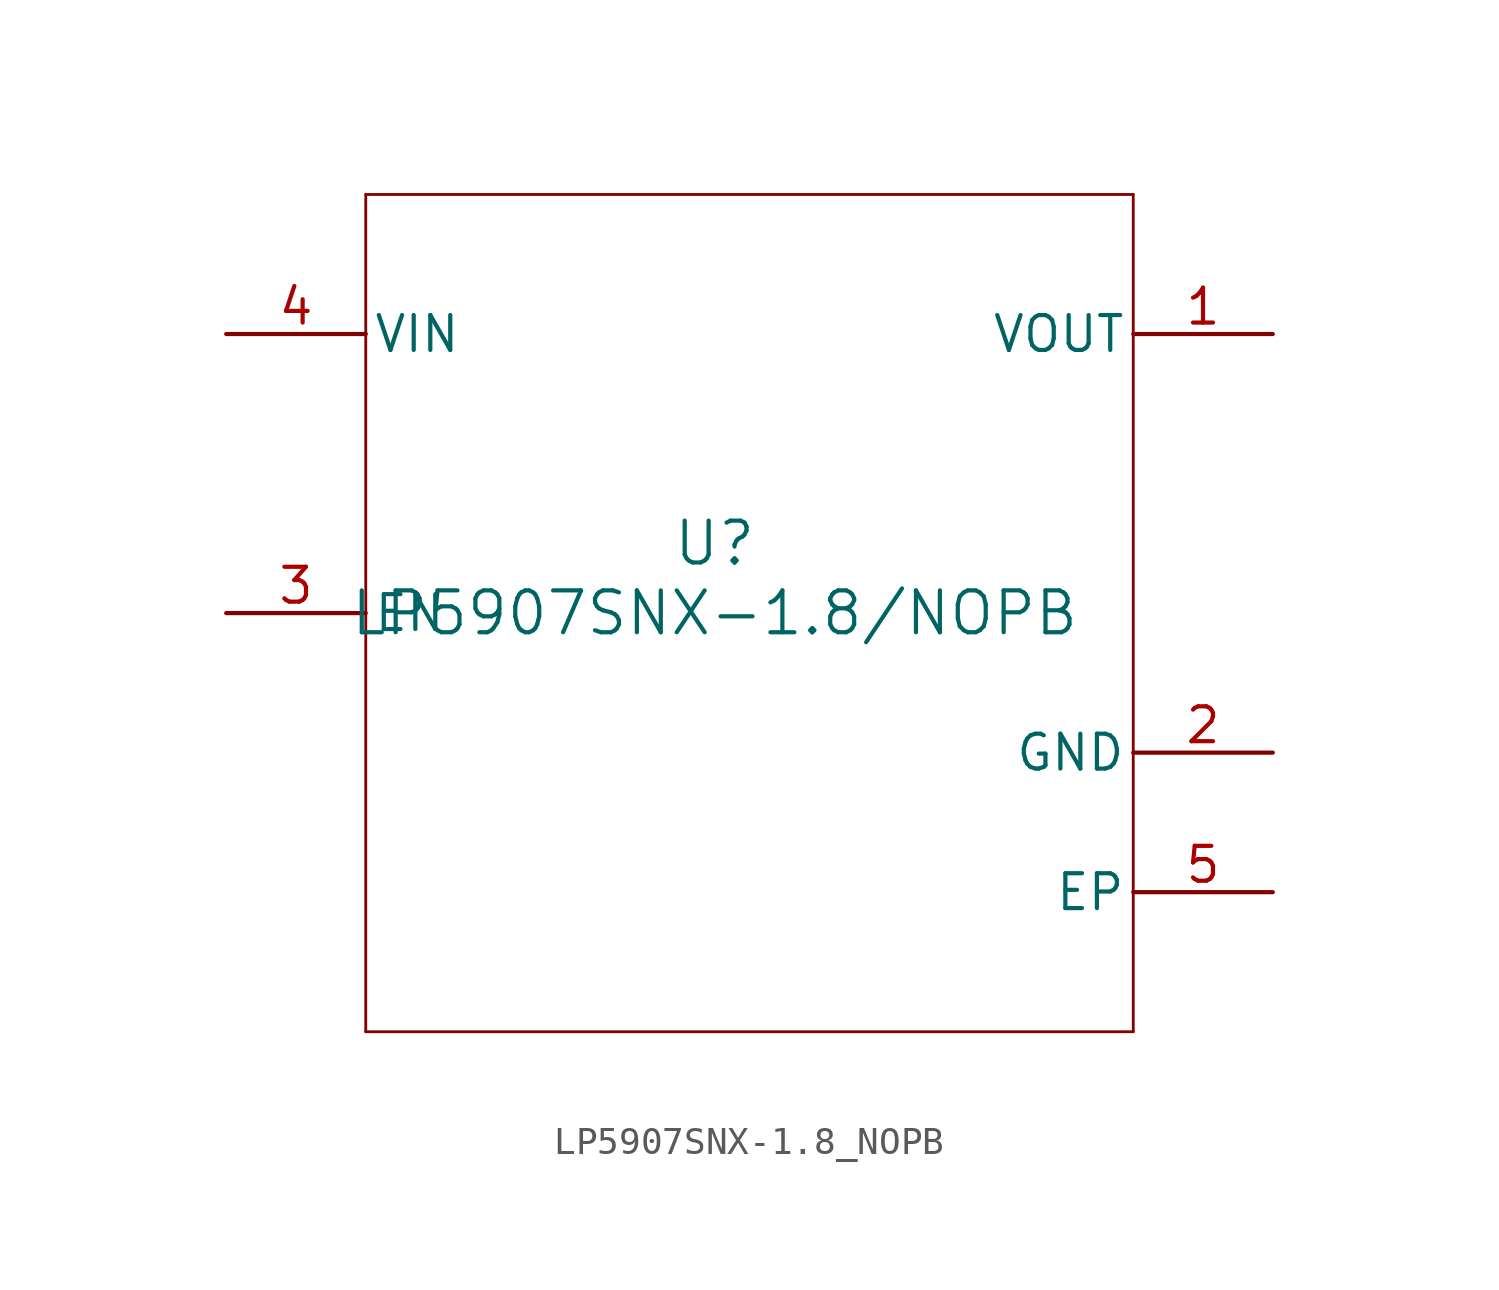
<source format=kicad_sym>
(kicad_symbol_lib
  (version 20241209)
  (generator "kicad_symbol_editor")
  (generator_version "9.0")
  (symbol "LP5907SNX-1.8_NOPB"
    (pin_names
      (offset 0.254))
    (property "Reference" "U"
      (at 0 2.54 0)
      (effects (font (size 1.524 1.524))))
    (property "Value" "LP5907SNX-1.8/NOPB"
      (at 0 0 0)
      (effects (font (size 1.524 1.524))))
    (symbol "LP5907SNX-1.8_NOPB_0_1"
      (polyline (pts (xy -12.7 15.24) (xy -12.7 -15.24)) (stroke (width 0.102) (type default)) (fill (type none)))
      (polyline (pts (xy -12.7 -15.24) (xy 15.24 -15.24)) (stroke (width 0.102) (type default)) (fill (type none)))
      (polyline (pts (xy 15.24 15.24) (xy -12.7 15.24)) (stroke (width 0.102) (type default)) (fill (type none)))
      (polyline (pts (xy 15.24 -15.24) (xy 15.24 15.24)) (stroke (width 0.102) (type default)) (fill (type none)))
      (pin power_in line (at -17.78 10.16 0) (length 5.08) (name "VIN" (effects (font (size 1.27 1.27)))) (number "4" (effects (font (size 1.27 1.27)))))
      (pin input line (at -17.78 0 0) (length 5.08) (name "EN" (effects (font (size 1.27 1.27)))) (number "3" (effects (font (size 1.27 1.27)))))
      (pin power_in line (at 20.32 -5.08 180) (length 5.08) (name "GND" (effects (font (size 1.27 1.27)))) (number "2" (effects (font (size 1.27 1.27)))))
      (pin power_in line (at 20.32 -10.16 180) (length 5.08) (name "EP" (effects (font (size 1.27 1.27)))) (number "5" (effects (font (size 1.27 1.27))))))
    (symbol "LP5907SNX-1.8_NOPB_1_1"
      (pin power_out line (at 20.32 10.16 180) (length 5.08) (name "VOUT" (effects (font (size 1.27 1.27)))) (number "1" (effects (font (size 1.27 1.27))))))))
</source>
